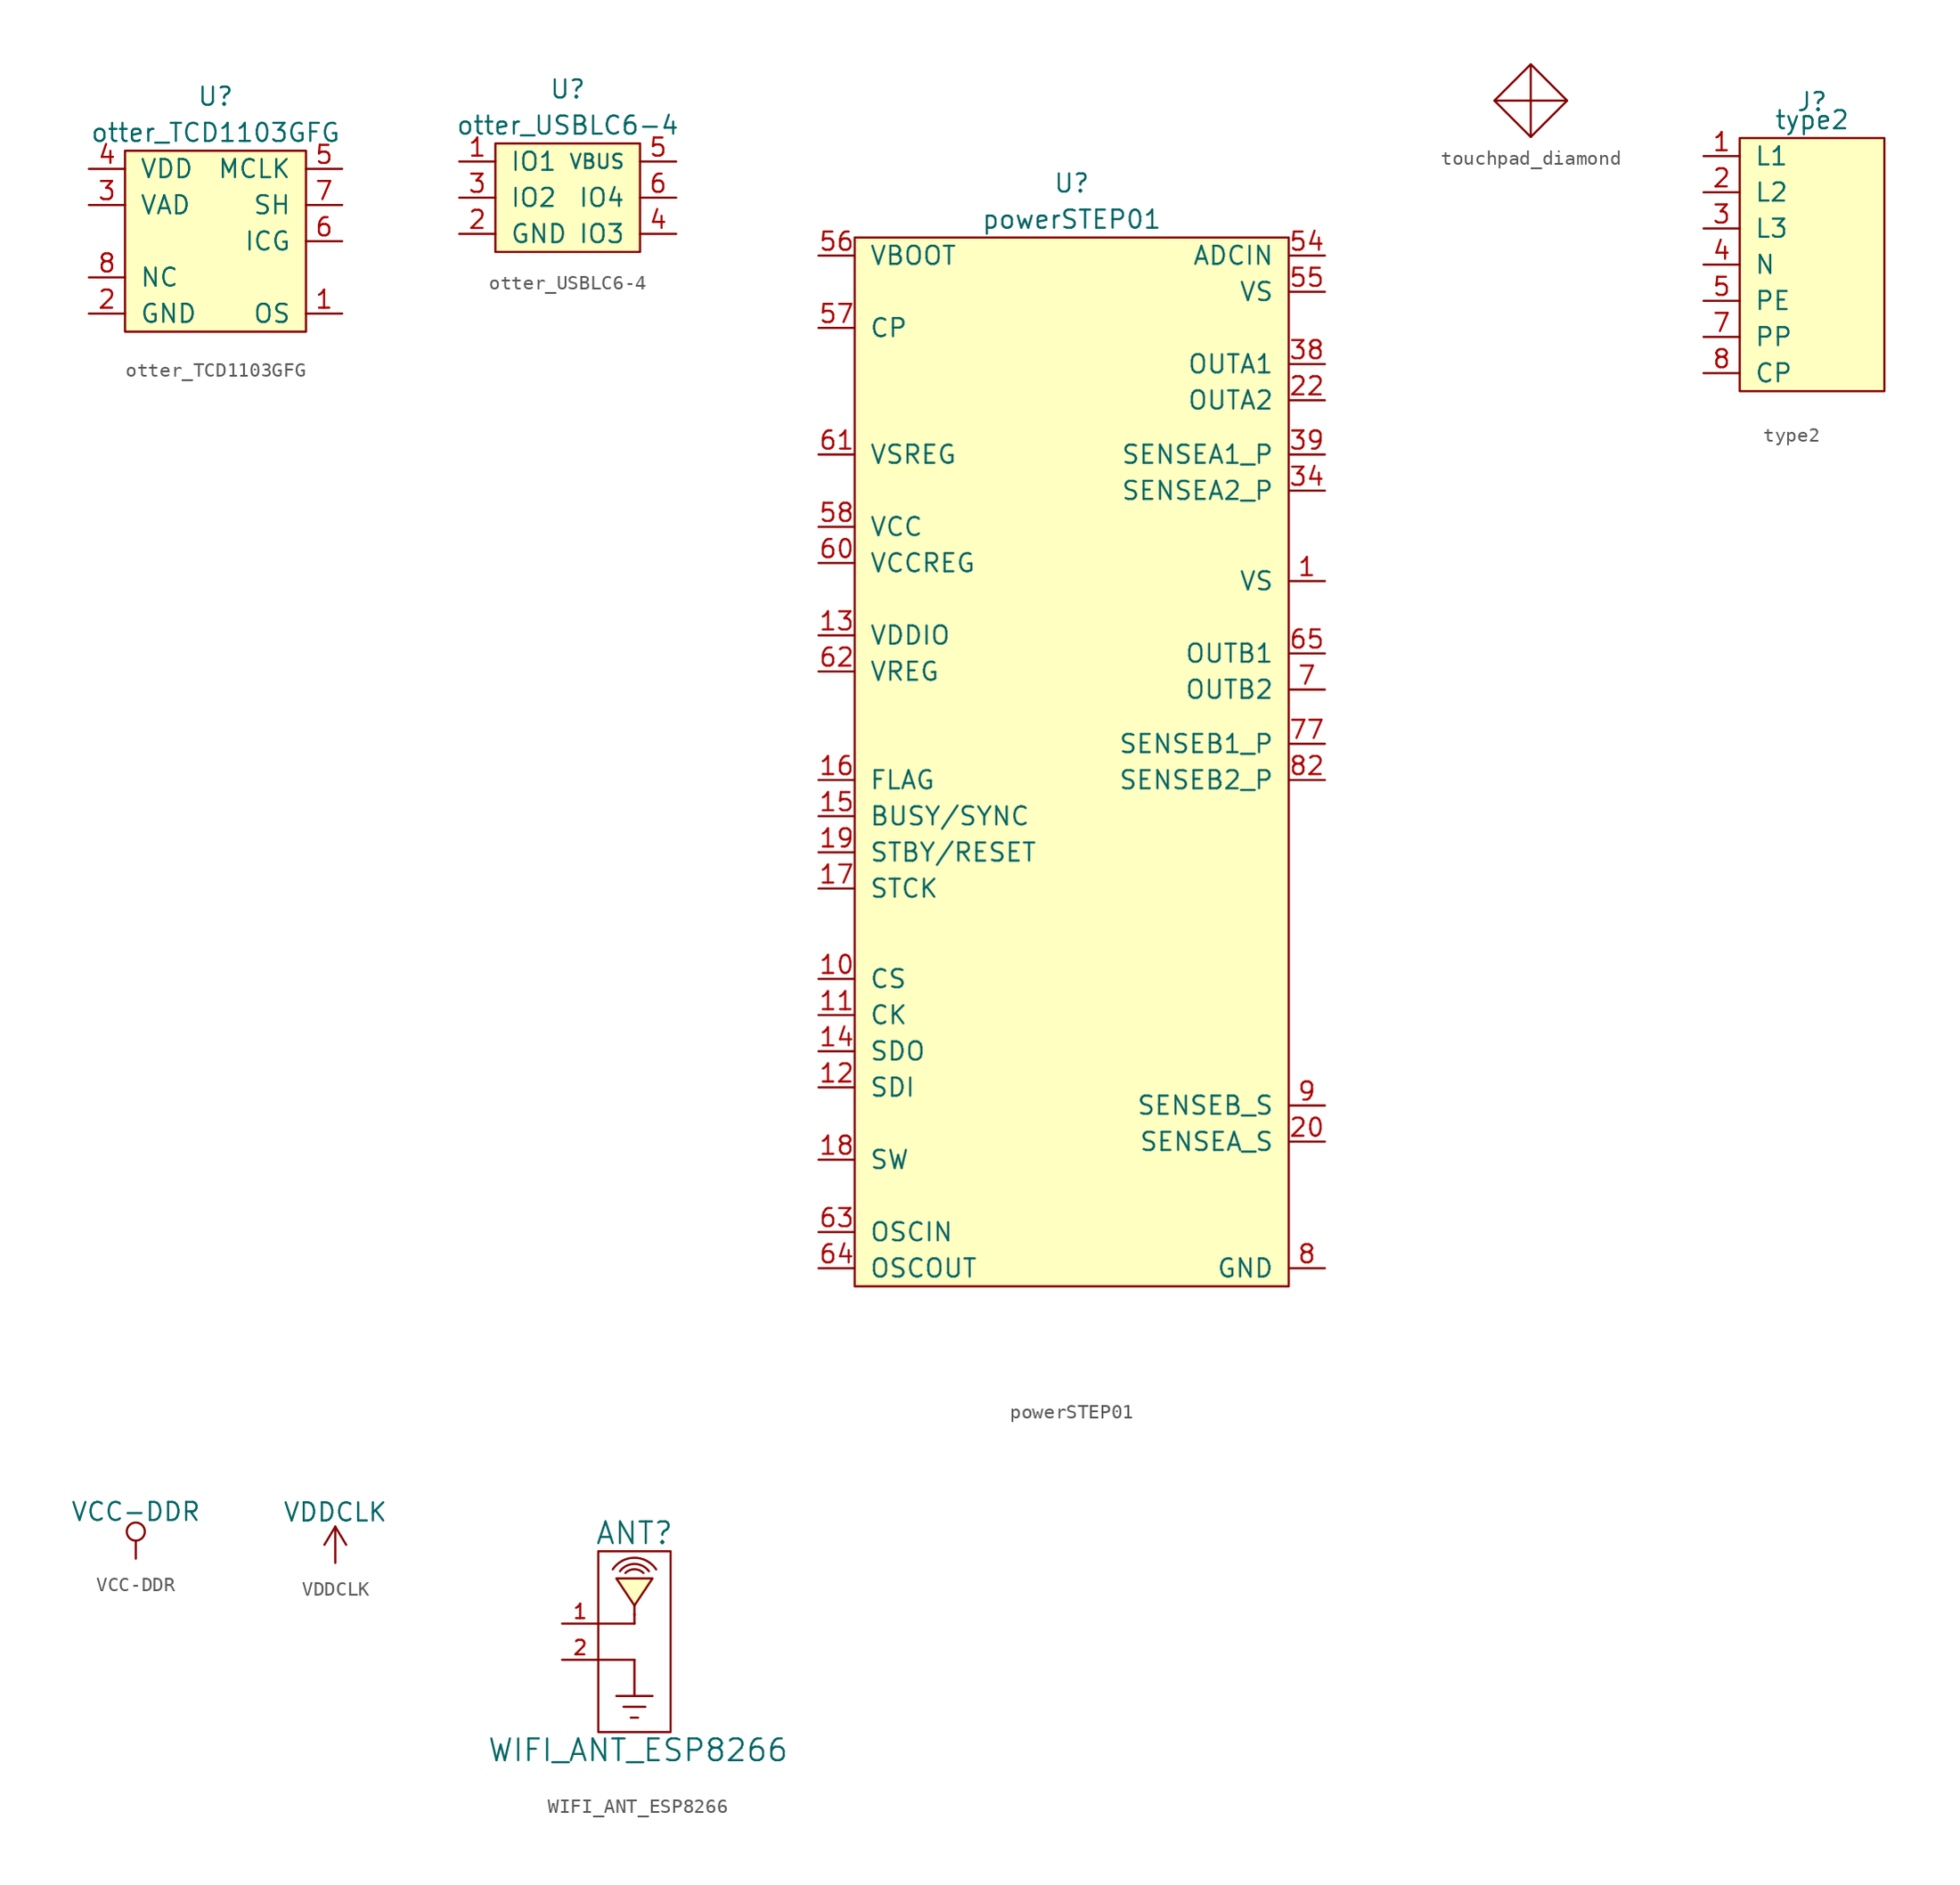
<source format=kicad_sym>
(kicad_symbol_lib
  (version 20231120)
  (generator "kicad_symbol_editor")
  (generator_version "8.0")
  (symbol "otter_TCD1103GFG"
    (pin_names
      (offset 1.016))
    (property "Reference" "U"
      (at 0 10.16 0)
      (effects (font (size 1.27 1.27))))
    (property "Value" "otter_TCD1103GFG"
      (at 0 7.62 0)
      (effects (font (size 1.27 1.27))))
    (symbol "otter_TCD1103GFG_0_0"
      (pin unspecified line (at -8.89 -2.54 0) (length 2.54) hide (name "NC" (effects (font (size 1.27 1.27)))) (number "10" (effects (font (size 1.27 1.27)))))
      (pin unspecified line (at -8.89 -2.54 0) (length 2.54) hide (name "NC" (effects (font (size 1.27 1.27)))) (number "11" (effects (font (size 1.27 1.27)))))
      (pin unspecified line (at -8.89 -2.54 0) (length 2.54) hide (name "NC" (effects (font (size 1.27 1.27)))) (number "12" (effects (font (size 1.27 1.27)))))
      (pin unspecified line (at -8.89 -2.54 0) (length 2.54) hide (name "NC" (effects (font (size 1.27 1.27)))) (number "13" (effects (font (size 1.27 1.27)))))
      (pin unspecified line (at -8.89 -2.54 0) (length 2.54) hide (name "NC" (effects (font (size 1.27 1.27)))) (number "14" (effects (font (size 1.27 1.27)))))
      (pin unspecified line (at -8.89 -2.54 0) (length 2.54) hide (name "NC" (effects (font (size 1.27 1.27)))) (number "15" (effects (font (size 1.27 1.27)))))
      (pin unspecified line (at -8.89 -2.54 0) (length 2.54) hide (name "NC" (effects (font (size 1.27 1.27)))) (number "16" (effects (font (size 1.27 1.27)))))
      (pin unspecified line (at -8.89 -2.54 0) (length 2.54) hide (name "NC" (effects (font (size 1.27 1.27)))) (number "9" (effects (font (size 1.27 1.27))))))
    (symbol "otter_TCD1103GFG_0_1"
      (rectangle (start -6.35 6.35) (end 6.35 -6.35) (stroke (width 0) (type solid)) (fill (type background))))
    (symbol "otter_TCD1103GFG_1_1"
      (pin input line (at 8.89 -5.08 180) (length 2.54) (name "OS" (effects (font (size 1.27 1.27)))) (number "1" (effects (font (size 1.27 1.27)))))
      (pin input line (at -8.89 -5.08 0) (length 2.54) (name "GND" (effects (font (size 1.27 1.27)))) (number "2" (effects (font (size 1.27 1.27)))))
      (pin input line (at -8.89 2.54 0) (length 2.54) (name "VAD" (effects (font (size 1.27 1.27)))) (number "3" (effects (font (size 1.27 1.27)))))
      (pin input line (at -8.89 5.08 0) (length 2.54) (name "VDD" (effects (font (size 1.27 1.27)))) (number "4" (effects (font (size 1.27 1.27)))))
      (pin input line (at 8.89 5.08 180) (length 2.54) (name "MCLK" (effects (font (size 1.27 1.27)))) (number "5" (effects (font (size 1.27 1.27)))))
      (pin input line (at 8.89 0 180) (length 2.54) (name "ICG" (effects (font (size 1.27 1.27)))) (number "6" (effects (font (size 1.27 1.27)))))
      (pin input line (at 8.89 2.54 180) (length 2.54) (name "SH" (effects (font (size 1.27 1.27)))) (number "7" (effects (font (size 1.27 1.27)))))
      (pin unspecified line (at -8.89 -2.54 0) (length 2.54) (name "NC" (effects (font (size 1.27 1.27)))) (number "8" (effects (font (size 1.27 1.27)))))))
  (symbol "otter_USBLC6-4"
    (pin_names
      (offset 1.016))
    (property "Reference" "U"
      (at 0 7.62 0)
      (effects (font (size 1.27 1.27))))
    (property "Value" "otter_USBLC6-4"
      (at 0 5.08 0)
      (effects (font (size 1.27 1.27))))
    (symbol "otter_USBLC6-4_0_1"
      (rectangle (start -5.08 3.81) (end 5.08 -3.81) (stroke (width 0) (type solid)) (fill (type background))))
    (symbol "otter_USBLC6-4_1_1"
      (pin input line (at -7.62 2.54 0) (length 2.54) (name "IO1" (effects (font (size 1.27 1.27)))) (number "1" (effects (font (size 1.27 1.27)))))
      (pin input line (at -7.62 -2.54 0) (length 2.54) (name "GND" (effects (font (size 1.27 1.27)))) (number "2" (effects (font (size 1.27 1.27)))))
      (pin input line (at -7.62 0 0) (length 2.54) (name "IO2" (effects (font (size 1.27 1.27)))) (number "3" (effects (font (size 1.27 1.27)))))
      (pin input line (at 7.62 -2.54 180) (length 2.54) (name "IO3" (effects (font (size 1.27 1.27)))) (number "4" (effects (font (size 1.27 1.27)))))
      (pin input line (at 7.62 2.54 180) (length 2.54) (name "VBUS" (effects (font (size 0.991 0.991)))) (number "5" (effects (font (size 1.27 1.27)))))
      (pin input line (at 7.62 0 180) (length 2.54) (name "IO4" (effects (font (size 1.27 1.27)))) (number "6" (effects (font (size 1.27 1.27)))))))
  (symbol "powerSTEP01"
    (pin_names
      (offset 1.016))
    (property "Reference" "U"
      (at 0 40.64 0)
      (effects (font (size 1.27 1.27))))
    (property "Value" "powerSTEP01"
      (at 0 38.1 0)
      (effects (font (size 1.27 1.27))))
    (symbol "powerSTEP01_0_1"
      (rectangle (start -15.24 36.83) (end 15.24 -36.83) (stroke (width 0) (type solid)) (fill (type background))))
    (symbol "powerSTEP01_1_1"
      (pin input line (at 17.78 12.7 180) (length 2.54) (name "VS" (effects (font (size 1.27 1.27)))) (number "1" (effects (font (size 1.27 1.27)))))
      (pin input line (at -17.78 -15.24 0) (length 2.54) (name "CS" (effects (font (size 1.27 1.27)))) (number "10" (effects (font (size 1.27 1.27)))))
      (pin input line (at -17.78 -17.78 0) (length 2.54) (name "CK" (effects (font (size 1.27 1.27)))) (number "11" (effects (font (size 1.27 1.27)))))
      (pin input line (at -17.78 -22.86 0) (length 2.54) (name "SDI" (effects (font (size 1.27 1.27)))) (number "12" (effects (font (size 1.27 1.27)))))
      (pin input line (at -17.78 8.89 0) (length 2.54) (name "VDDIO" (effects (font (size 1.27 1.27)))) (number "13" (effects (font (size 1.27 1.27)))))
      (pin input line (at -17.78 -20.32 0) (length 2.54) (name "SDO" (effects (font (size 1.27 1.27)))) (number "14" (effects (font (size 1.27 1.27)))))
      (pin input line (at -17.78 -3.81 0) (length 2.54) (name "BUSY/SYNC" (effects (font (size 1.27 1.27)))) (number "15" (effects (font (size 1.27 1.27)))))
      (pin input line (at -17.78 -1.27 0) (length 2.54) (name "FLAG" (effects (font (size 1.27 1.27)))) (number "16" (effects (font (size 1.27 1.27)))))
      (pin input line (at -17.78 -8.89 0) (length 2.54) (name "STCK" (effects (font (size 1.27 1.27)))) (number "17" (effects (font (size 1.27 1.27)))))
      (pin input line (at -17.78 -27.94 0) (length 2.54) (name "SW" (effects (font (size 1.27 1.27)))) (number "18" (effects (font (size 1.27 1.27)))))
      (pin input line (at -17.78 -6.35 0) (length 2.54) (name "STBY/RESET" (effects (font (size 1.27 1.27)))) (number "19" (effects (font (size 1.27 1.27)))))
      (pin input line (at 17.78 -26.67 180) (length 2.54) (name "SENSEA_S" (effects (font (size 1.27 1.27)))) (number "20" (effects (font (size 1.27 1.27)))))
      (pin input line (at 17.78 -35.56 180) (length 2.54) hide (name "GND" (effects (font (size 1.27 1.27)))) (number "21" (effects (font (size 1.27 1.27)))))
      (pin input line (at 17.78 25.4 180) (length 2.54) (name "OUTA2" (effects (font (size 1.27 1.27)))) (number "22" (effects (font (size 1.27 1.27)))))
      (pin input line (at 17.78 12.7 180) (length 2.54) hide (name "VS" (effects (font (size 1.27 1.27)))) (number "23" (effects (font (size 1.27 1.27)))))
      (pin input line (at 17.78 25.4 180) (length 2.54) hide (name "OUTA2" (effects (font (size 1.27 1.27)))) (number "33" (effects (font (size 1.27 1.27)))))
      (pin input line (at 17.78 19.05 180) (length 2.54) (name "SENSEA2_P" (effects (font (size 1.27 1.27)))) (number "34" (effects (font (size 1.27 1.27)))))
      (pin input line (at 17.78 25.4 180) (length 2.54) hide (name "OUTA2" (effects (font (size 1.27 1.27)))) (number "37" (effects (font (size 1.27 1.27)))))
      (pin input line (at 17.78 27.94 180) (length 2.54) (name "OUTA1" (effects (font (size 1.27 1.27)))) (number "38" (effects (font (size 1.27 1.27)))))
      (pin input line (at 17.78 21.59 180) (length 2.54) (name "SENSEA1_P" (effects (font (size 1.27 1.27)))) (number "39" (effects (font (size 1.27 1.27)))))
      (pin input line (at 17.78 27.94 180) (length 2.54) hide (name "OUTA1" (effects (font (size 1.27 1.27)))) (number "42" (effects (font (size 1.27 1.27)))))
      (pin input line (at 17.78 12.7 180) (length 2.54) hide (name "VS" (effects (font (size 1.27 1.27)))) (number "43" (effects (font (size 1.27 1.27)))))
      (pin input line (at 17.78 27.94 180) (length 2.54) hide (name "OUTA1" (effects (font (size 1.27 1.27)))) (number "53" (effects (font (size 1.27 1.27)))))
      (pin input line (at 17.78 35.56 180) (length 2.54) (name "ADCIN" (effects (font (size 1.27 1.27)))) (number "54" (effects (font (size 1.27 1.27)))))
      (pin input line (at 17.78 33.02 180) (length 2.54) (name "VS" (effects (font (size 1.27 1.27)))) (number "55" (effects (font (size 1.27 1.27)))))
      (pin input line (at -17.78 35.56 0) (length 2.54) (name "VBOOT" (effects (font (size 1.27 1.27)))) (number "56" (effects (font (size 1.27 1.27)))))
      (pin input line (at -17.78 30.48 0) (length 2.54) (name "CP" (effects (font (size 1.27 1.27)))) (number "57" (effects (font (size 1.27 1.27)))))
      (pin input line (at -17.78 16.51 0) (length 2.54) (name "VCC" (effects (font (size 1.27 1.27)))) (number "58" (effects (font (size 1.27 1.27)))))
      (pin input line (at 17.78 -35.56 180) (length 2.54) hide (name "GND" (effects (font (size 1.27 1.27)))) (number "59" (effects (font (size 1.27 1.27)))))
      (pin input line (at -17.78 13.97 0) (length 2.54) (name "VCCREG" (effects (font (size 1.27 1.27)))) (number "60" (effects (font (size 1.27 1.27)))))
      (pin input line (at -17.78 21.59 0) (length 2.54) (name "VSREG" (effects (font (size 1.27 1.27)))) (number "61" (effects (font (size 1.27 1.27)))))
      (pin input line (at -17.78 6.35 0) (length 2.54) (name "VREG" (effects (font (size 1.27 1.27)))) (number "62" (effects (font (size 1.27 1.27)))))
      (pin input line (at -17.78 -33.02 0) (length 2.54) (name "OSCIN" (effects (font (size 1.27 1.27)))) (number "63" (effects (font (size 1.27 1.27)))))
      (pin input line (at -17.78 -35.56 0) (length 2.54) (name "OSCOUT" (effects (font (size 1.27 1.27)))) (number "64" (effects (font (size 1.27 1.27)))))
      (pin input line (at 17.78 7.62 180) (length 2.54) (name "OUTB1" (effects (font (size 1.27 1.27)))) (number "65" (effects (font (size 1.27 1.27)))))
      (pin input line (at 17.78 12.7 180) (length 2.54) hide (name "VS" (effects (font (size 1.27 1.27)))) (number "66" (effects (font (size 1.27 1.27)))))
      (pin input line (at 17.78 5.08 180) (length 2.54) (name "OUTB2" (effects (font (size 1.27 1.27)))) (number "7" (effects (font (size 1.27 1.27)))))
      (pin input line (at 17.78 7.62 180) (length 2.54) hide (name "OUTB1" (effects (font (size 1.27 1.27)))) (number "76" (effects (font (size 1.27 1.27)))))
      (pin input line (at 17.78 1.27 180) (length 2.54) (name "SENSEB1_P" (effects (font (size 1.27 1.27)))) (number "77" (effects (font (size 1.27 1.27)))))
      (pin input line (at 17.78 -35.56 180) (length 2.54) (name "GND" (effects (font (size 1.27 1.27)))) (number "8" (effects (font (size 1.27 1.27)))))
      (pin input line (at 17.78 7.62 180) (length 2.54) hide (name "OUTB1" (effects (font (size 1.27 1.27)))) (number "80" (effects (font (size 1.27 1.27)))))
      (pin input line (at 17.78 5.08 180) (length 2.54) hide (name "OUTB2" (effects (font (size 1.27 1.27)))) (number "81" (effects (font (size 1.27 1.27)))))
      (pin input line (at 17.78 -1.27 180) (length 2.54) (name "SENSEB2_P" (effects (font (size 1.27 1.27)))) (number "82" (effects (font (size 1.27 1.27)))))
      (pin input line (at 17.78 5.08 180) (length 2.54) hide (name "OUTB2" (effects (font (size 1.27 1.27)))) (number "85" (effects (font (size 1.27 1.27)))))
      (pin input line (at 17.78 -24.13 180) (length 2.54) (name "SENSEB_S" (effects (font (size 1.27 1.27)))) (number "9" (effects (font (size 1.27 1.27)))))
      (pin input line (at 17.78 25.4 180) (length 2.54) hide (name "OUTA2" (effects (font (size 1.27 1.27)))) (number "EPAD3" (effects (font (size 1.27 1.27)))))
      (pin input line (at 17.78 27.94 180) (length 2.54) hide (name "OUTA1" (effects (font (size 1.27 1.27)))) (number "EPAD4" (effects (font (size 1.27 1.27)))))
      (pin input line (at 17.78 7.62 180) (length 2.54) hide (name "OUTB1" (effects (font (size 1.27 1.27)))) (number "EPAD7" (effects (font (size 1.27 1.27)))))
      (pin input line (at 17.78 5.08 180) (length 2.54) hide (name "OUTB2" (effects (font (size 1.27 1.27)))) (number "EPAD8" (effects (font (size 1.27 1.27)))))
      (pin input line (at 17.78 -35.56 180) (length 2.54) hide (name "GND" (effects (font (size 1.27 1.27)))) (number "EPAD9" (effects (font (size 1.27 1.27)))))))
  (symbol "touchpad_diamond"
    (pin_names
      (offset 1.016))
    (property "Reference" "p"
      (at 0 2.54 0)
      (effects (font (size 1.27 1.27)) (hide yes)))
    (symbol "touchpad_diamond_0_1"
      (polyline (pts (xy 0 0) (xy -2.54 0)) (stroke (width 0) (type solid)) (fill (type none)))
      (polyline (pts (xy 0 0) (xy 2.54 0)) (stroke (width 0) (type solid)) (fill (type none)))
      (polyline (pts (xy 0 2.54) (xy 0 -2.54)) (stroke (width 0) (type solid)) (fill (type none)))
      (polyline (pts (xy -2.54 0) (xy 0 2.54) (xy 2.54 0) (xy 0 -2.54) (xy -2.54 0)) (stroke (width 0) (type solid)) (fill (type none))))
    (symbol "touchpad_diamond_1_1"
      (pin input line (at 0 0 180) (length 2.54) hide (name "~" (effects (font (size 1.27 1.27)))) (number "1" (effects (font (size 1.27 1.27)))))))
  (symbol "type2"
    (pin_names
      (offset 1.016))
    (property "Reference" "J"
      (at 0 11.43 0)
      (effects (font (size 1.27 1.27))))
    (property "Value" "type2"
      (at 0 10.16 0)
      (effects (font (size 1.27 1.27))))
    (symbol "type2_0_1"
      (rectangle (start -5.08 8.89) (end 5.08 -8.89) (stroke (width 0) (type solid)) (fill (type background))))
    (symbol "type2_1_1"
      (pin input line (at -7.62 7.62 0) (length 2.54) (name "L1" (effects (font (size 1.27 1.27)))) (number "1" (effects (font (size 1.27 1.27)))))
      (pin input line (at -7.62 5.08 0) (length 2.54) (name "L2" (effects (font (size 1.27 1.27)))) (number "2" (effects (font (size 1.27 1.27)))))
      (pin input line (at -7.62 2.54 0) (length 2.54) (name "L3" (effects (font (size 1.27 1.27)))) (number "3" (effects (font (size 1.27 1.27)))))
      (pin input line (at -7.62 0 0) (length 2.54) (name "N" (effects (font (size 1.27 1.27)))) (number "4" (effects (font (size 1.27 1.27)))))
      (pin input line (at -7.62 -2.54 0) (length 2.54) (name "PE" (effects (font (size 1.27 1.27)))) (number "5" (effects (font (size 1.27 1.27)))))
      (pin input line (at -7.62 -5.08 0) (length 2.54) (name "PP" (effects (font (size 1.27 1.27)))) (number "7" (effects (font (size 1.27 1.27)))))
      (pin input line (at -7.62 -7.62 0) (length 2.54) (name "CP" (effects (font (size 1.27 1.27)))) (number "8" (effects (font (size 1.27 1.27)))))))
  (symbol "VCC-DDR"
    (power)
    (pin_names
      (offset 0))
    (property "Reference" "#PWR"
      (at 0 -3.81 0)
      (effects (font (size 1.27 1.27)) (hide yes)))
    (property "Value" "VCC-DDR"
      (at 0 3.302 0)
      (effects (font (size 1.27 1.27))))
    (property "Footprint" ""
      (at 0 0 0)
      (effects (font (size 1.524 1.524))))
    (property "Datasheet" ""
      (at 0 0 0)
      (effects (font (size 1.524 1.524))))
    (symbol "VCC-DDR_0_1"
      (polyline (pts (xy 0 0) (xy 0 1.27)) (stroke (width 0) (type solid)) (fill (type none)))
      (circle (center 0 1.905) (radius 0.635) (stroke (width 0) (type solid)) (fill (type none))))
    (symbol "VCC-DDR_1_1"
      (pin power_in line (at 0 0 90) (length 0) hide (name "VCC-DDR" (effects (font (size 1.27 1.27)))) (number "1" (effects (font (size 1.27 1.27)))))))
  (symbol "VDDCLK"
    (power)
    (pin_names
      (offset 0))
    (property "Reference" "#PWR"
      (at 0 -3.81 0)
      (effects (font (size 1.27 1.27)) (hide yes)))
    (property "Value" "VDDCLK"
      (at 0 3.556 0)
      (effects (font (size 1.27 1.27))))
    (symbol "VDDCLK_0_1"
      (polyline (pts (xy -0.762 1.27) (xy 0 2.54)) (stroke (width 0) (type solid)) (fill (type none)))
      (polyline (pts (xy 0 0) (xy 0 2.54)) (stroke (width 0) (type solid)) (fill (type none)))
      (polyline (pts (xy 0 2.54) (xy 0.762 1.27)) (stroke (width 0) (type solid)) (fill (type none))))
    (symbol "VDDCLK_1_1"
      (pin power_in line (at 0 0 90) (length 0) hide (name "+1V2" (effects (font (size 1.27 1.27)))) (number "1" (effects (font (size 1.27 1.27)))))))
  (symbol "WIFI_ANT_ESP8266"
    (pin_names
      (offset 1.016))
    (property "Reference" "ANT"
      (at 0 8.89 0)
      (effects (font (size 1.524 1.524))))
    (property "Value" "WIFI_ANT_ESP8266"
      (at 0.254 -6.35 0)
      (effects (font (size 1.524 1.524))))
    (property "Footprint" ""
      (at -2.54 0 0)
      (effects (font (size 1.524 1.524))))
    (property "Datasheet" ""
      (at -2.54 0 0)
      (effects (font (size 1.524 1.524))))
    (symbol "WIFI_ANT_ESP8266_0_1"
      (rectangle (start -2.54 -5.08) (end 2.54 7.62) (stroke (width 0) (type solid)) (fill (type none)))
      (rectangle (start -2.54 0) (end 0 0) (stroke (width 0) (type solid)) (fill (type none)))
      (rectangle (start -2.54 2.54) (end 0 2.54) (stroke (width 0) (type solid)) (fill (type none)))
      (rectangle (start -1.27 -2.54) (end 1.27 -2.54) (stroke (width 0) (type solid)) (fill (type none)))
      (rectangle (start -0.254 -4.064) (end 0.254 -4.064) (stroke (width 0) (type solid)) (fill (type none)))
      (rectangle (start 0 0) (end 0 -2.54) (stroke (width 0) (type solid)) (fill (type none)))
      (polyline (pts (xy 0 3.81) (xy 1.27 5.715) (xy -1.27 5.715) (xy 0 3.81)) (stroke (width 0) (type solid)) (fill (type background)))
      (rectangle (start 0 2.54) (end 0 3.175) (stroke (width 0) (type solid)) (fill (type none)))
      (rectangle (start 0 3.175) (end 0 3.175) (stroke (width 0) (type solid)) (fill (type none)))
      (rectangle (start 0 3.175) (end 0 3.81) (stroke (width 0) (type solid)) (fill (type none)))
      (rectangle (start 0.762 -3.302) (end -0.762 -3.302) (stroke (width 0) (type solid)) (fill (type none)))
      (arc (start 1.016 6.223) (mid 0 6.731) (end -1.016 6.223) (stroke (width 0) (type solid)) (fill (type none)))
      (arc (start 1.524 6.35) (mid 0 7.1656) (end -1.524 6.35) (stroke (width 0) (type solid)) (fill (type none))))
    (symbol "WIFI_ANT_ESP8266_1_1"
      (arc (start 0.635 6.096) (mid 0 6.359) (end -0.635 6.096) (stroke (width 0) (type solid)) (fill (type none)))
      (pin input line (at -5.08 2.54 0) (length 2.54) (name "~" (effects (font (size 1.016 1.016)))) (number "1" (effects (font (size 1.016 1.016)))))
      (pin input line (at -5.08 0 0) (length 2.54) (name "~" (effects (font (size 1.016 1.016)))) (number "2" (effects (font (size 1.016 1.016))))))))
</source>
